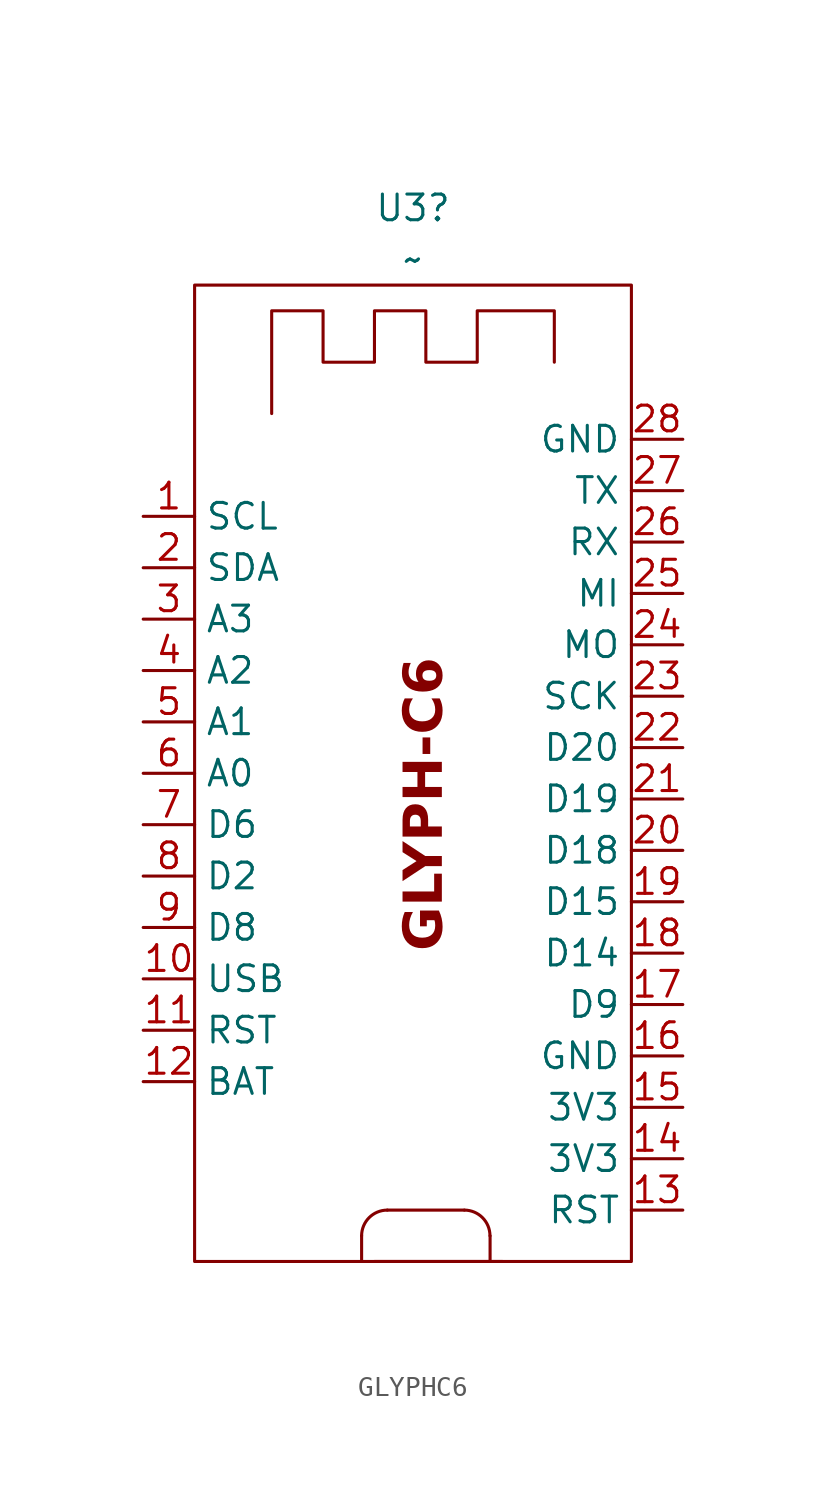
<source format=kicad_sym>
(kicad_symbol_lib
  (version 20241209)
  (generator "kicad_symbol_editor")
  (generator_version "9.0")
  (symbol "GLYPHC6"
    (property "Reference" "U3"
      (at -0.635 29.21 0)
      (effects (font (size 1.27 1.27))))
    (property "Value" "~"
      (at -0.635 26.67 0)
      (effects (font (size 1.27 1.27))))
    (symbol "GLYPHC6_0_1"
      (rectangle (start -11.43 25.4) (end 10.16 -22.86) (stroke (width 0) (type default)) (fill (type none)))
      (polyline (pts (xy -7.62 19.05) (xy -7.62 24.13) (xy -5.08 24.13) (xy -5.08 21.59) (xy -2.54 21.59) (xy -2.54 24.13) (xy 0 24.13) (xy 0 21.59) (xy 2.54 21.59) (xy 2.54 24.13) (xy 6.35 24.13) (xy 6.35 21.59)) (stroke (width 0) (type default)) (fill (type none)))
      (polyline (pts (xy -3.175 -21.59) (xy -3.175 -22.86)) (stroke (width 0) (type default)) (fill (type none)))
      (polyline (pts (xy -2.54 -22.86) (xy 3.81 -22.86)) (stroke (width 0) (type default)) (fill (type none)))
      (arc (start -3.175 -21.59) (mid -2.803 -20.692) (end -1.905 -20.32) (stroke (width 0) (type default)) (fill (type none)))
      (polyline (pts (xy 1.905 -20.32) (xy -1.905 -20.32)) (stroke (width 0) (type default)) (fill (type none)))
      (arc (start 1.9051 -20.3199) (mid 2.8031 -20.6919) (end 3.1751 -21.5899) (stroke (width 0) (type default)) (fill (type none)))
      (polyline (pts (xy 3.175 -21.59) (xy 3.175 -22.86)) (stroke (width 0) (type default)) (fill (type none)))
      (rectangle (start 3.81 -22.86) (end 3.81 -22.86) (stroke (width 0) (type default)) (fill (type none))))
    (symbol "GLYPHC6_1_0"
      (pin power_in line (at -13.97 -8.89 0) (length 2.54) (name "USB" (effects (font (size 1.27 1.27)))) (number "10" (effects (font (size 1.27 1.27)))))
      (pin passive line (at -13.97 -11.43 0) (length 2.54) (name "RST" (effects (font (size 1.27 1.27)))) (number "11" (effects (font (size 1.27 1.27)))))
      (pin power_in line (at -13.97 -13.97 0) (length 2.54) (name "BAT" (effects (font (size 1.27 1.27)))) (number "12" (effects (font (size 1.27 1.27)))))
      (pin power_in line (at 12.7 17.78 180) (length 2.54) (name "GND" (effects (font (size 1.27 1.27)))) (number "28" (effects (font (size 1.27 1.27)))))
      (pin bidirectional line (at 12.7 15.24 180) (length 2.54) (name "TX" (effects (font (size 1.27 1.27)))) (number "27" (effects (font (size 1.27 1.27)))))
      (pin bidirectional line (at 12.7 12.7 180) (length 2.54) (name "RX" (effects (font (size 1.27 1.27)))) (number "26" (effects (font (size 1.27 1.27)))))
      (pin bidirectional line (at 12.7 10.16 180) (length 2.54) (name "MI" (effects (font (size 1.27 1.27)))) (number "25" (effects (font (size 1.27 1.27)))))
      (pin bidirectional line (at 12.7 7.62 180) (length 2.54) (name "MO" (effects (font (size 1.27 1.27)))) (number "24" (effects (font (size 1.27 1.27)))))
      (pin bidirectional line (at 12.7 5.08 180) (length 2.54) (name "SCK" (effects (font (size 1.27 1.27)))) (number "23" (effects (font (size 1.27 1.27)))))
      (pin bidirectional line (at 12.7 2.54 180) (length 2.54) (name "D20" (effects (font (size 1.27 1.27)))) (number "22" (effects (font (size 1.27 1.27)))))
      (pin bidirectional line (at 12.7 0 180) (length 2.54) (name "D19" (effects (font (size 1.27 1.27)))) (number "21" (effects (font (size 1.27 1.27)))))
      (pin bidirectional line (at 12.7 -2.54 180) (length 2.54) (name "D18" (effects (font (size 1.27 1.27)))) (number "20" (effects (font (size 1.27 1.27)))))
      (pin bidirectional line (at 12.7 -5.08 180) (length 2.54) (name "D15" (effects (font (size 1.27 1.27)))) (number "19" (effects (font (size 1.27 1.27)))))
      (pin bidirectional line (at 12.7 -7.62 180) (length 2.54) (name "D14" (effects (font (size 1.27 1.27)))) (number "18" (effects (font (size 1.27 1.27)))))
      (pin bidirectional line (at 12.7 -10.16 180) (length 2.54) (name "D9" (effects (font (size 1.27 1.27)))) (number "17" (effects (font (size 1.27 1.27)))))
      (pin power_in line (at 12.7 -12.7 180) (length 2.54) (name "GND" (effects (font (size 1.27 1.27)))) (number "16" (effects (font (size 1.27 1.27)))))
      (pin power_in line (at 12.7 -15.24 180) (length 2.54) (name "3V3" (effects (font (size 1.27 1.27)))) (number "15" (effects (font (size 1.27 1.27)))))
      (pin power_in line (at 12.7 -17.78 180) (length 2.54) (name "3V3" (effects (font (size 1.27 1.27)))) (number "14" (effects (font (size 1.27 1.27)))))
      (pin passive line (at 12.7 -20.32 180) (length 2.54) (name "RST" (effects (font (size 1.27 1.27)))) (number "13" (effects (font (size 1.27 1.27))))))
    (symbol "GLYPHC6_1_1"
      (text "GLYPH-C6" (at 0 -0.254 900) (effects (font (face "Lexend") (size 1.905 1.905) (bold yes))))
      (pin bidirectional line (at -13.97 13.97 0) (length 2.54) (name "SCL" (effects (font (size 1.27 1.27)))) (number "1" (effects (font (size 1.27 1.27)))))
      (pin bidirectional line (at -13.97 11.43 0) (length 2.54) (name "SDA" (effects (font (size 1.27 1.27)))) (number "2" (effects (font (size 1.27 1.27)))))
      (pin bidirectional line (at -13.97 8.89 0) (length 2.54) (name "A3" (effects (font (size 1.27 1.27)))) (number "3" (effects (font (size 1.27 1.27)))))
      (pin bidirectional line (at -13.97 6.35 0) (length 2.54) (name "A2" (effects (font (size 1.27 1.27)))) (number "4" (effects (font (size 1.27 1.27)))))
      (pin bidirectional line (at -13.97 3.81 0) (length 2.54) (name "A1" (effects (font (size 1.27 1.27)))) (number "5" (effects (font (size 1.27 1.27)))))
      (pin bidirectional line (at -13.97 1.27 0) (length 2.54) (name "A0" (effects (font (size 1.27 1.27)))) (number "6" (effects (font (size 1.27 1.27)))))
      (pin bidirectional line (at -13.97 -1.27 0) (length 2.54) (name "D6" (effects (font (size 1.27 1.27)))) (number "7" (effects (font (size 1.27 1.27)))))
      (pin bidirectional line (at -13.97 -3.81 0) (length 2.54) (name "D2" (effects (font (size 1.27 1.27)))) (number "8" (effects (font (size 1.27 1.27)))))
      (pin bidirectional line (at -13.97 -6.35 0) (length 2.54) (name "D8" (effects (font (size 1.27 1.27)))) (number "9" (effects (font (size 1.27 1.27))))))))
</source>
